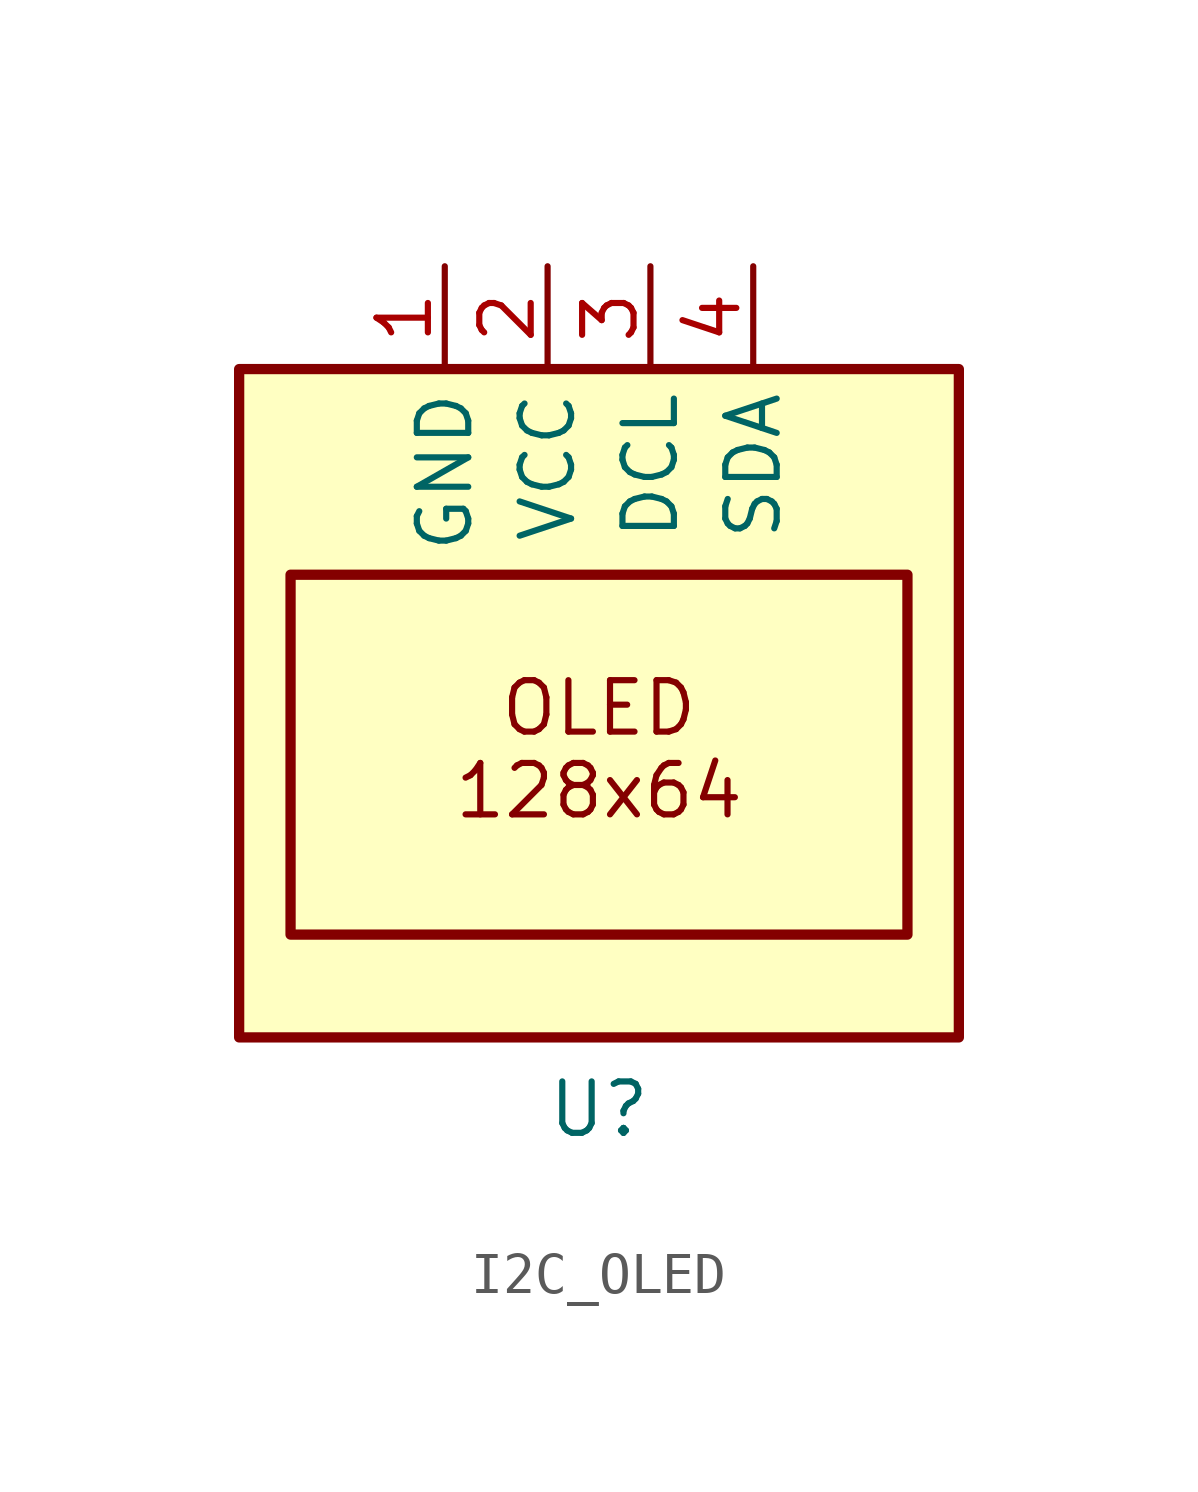
<source format=kicad_sym>
(kicad_symbol_lib
  (version 20241209)
  (generator "kicad_symbol_editor")
  (generator_version "9.0")
  (symbol "I2C_OLED"
    (property "Reference" "U"
      (at 0 -9.398 0)
      (effects (font (size 1.27 1.27))))
    (property "Value" ""
      (at 0 0 0)
      (effects (font (size 1.27 1.27))))
    (symbol "I2C_OLED_0_1"
      (rectangle (start -8.89 8.89) (end 8.89 -7.62) (stroke (width 0.254) (type default)) (fill (type background)))
      (rectangle (start -7.62 3.81) (end 7.62 -5.08) (stroke (width 0.254) (type default)) (fill (type background))))
    (symbol "I2C_OLED_1_1"
      (text "OLED\n128x64" (at 0 -0.508 0) (effects (font (size 1.27 1.27))))
      (pin input line (at -3.81 11.43 270) (length 2.54) (name "GND" (effects (font (size 1.27 1.27)))) (number "1" (effects (font (size 1.27 1.27)))))
      (pin input line (at -1.27 11.43 270) (length 2.54) (name "VCC" (effects (font (size 1.27 1.27)))) (number "2" (effects (font (size 1.27 1.27)))))
      (pin input line (at 1.27 11.43 270) (length 2.54) (name "DCL" (effects (font (size 1.27 1.27)))) (number "3" (effects (font (size 1.27 1.27)))))
      (pin input line (at 3.81 11.43 270) (length 2.54) (name "SDA" (effects (font (size 1.27 1.27)))) (number "4" (effects (font (size 1.27 1.27))))))))
</source>
